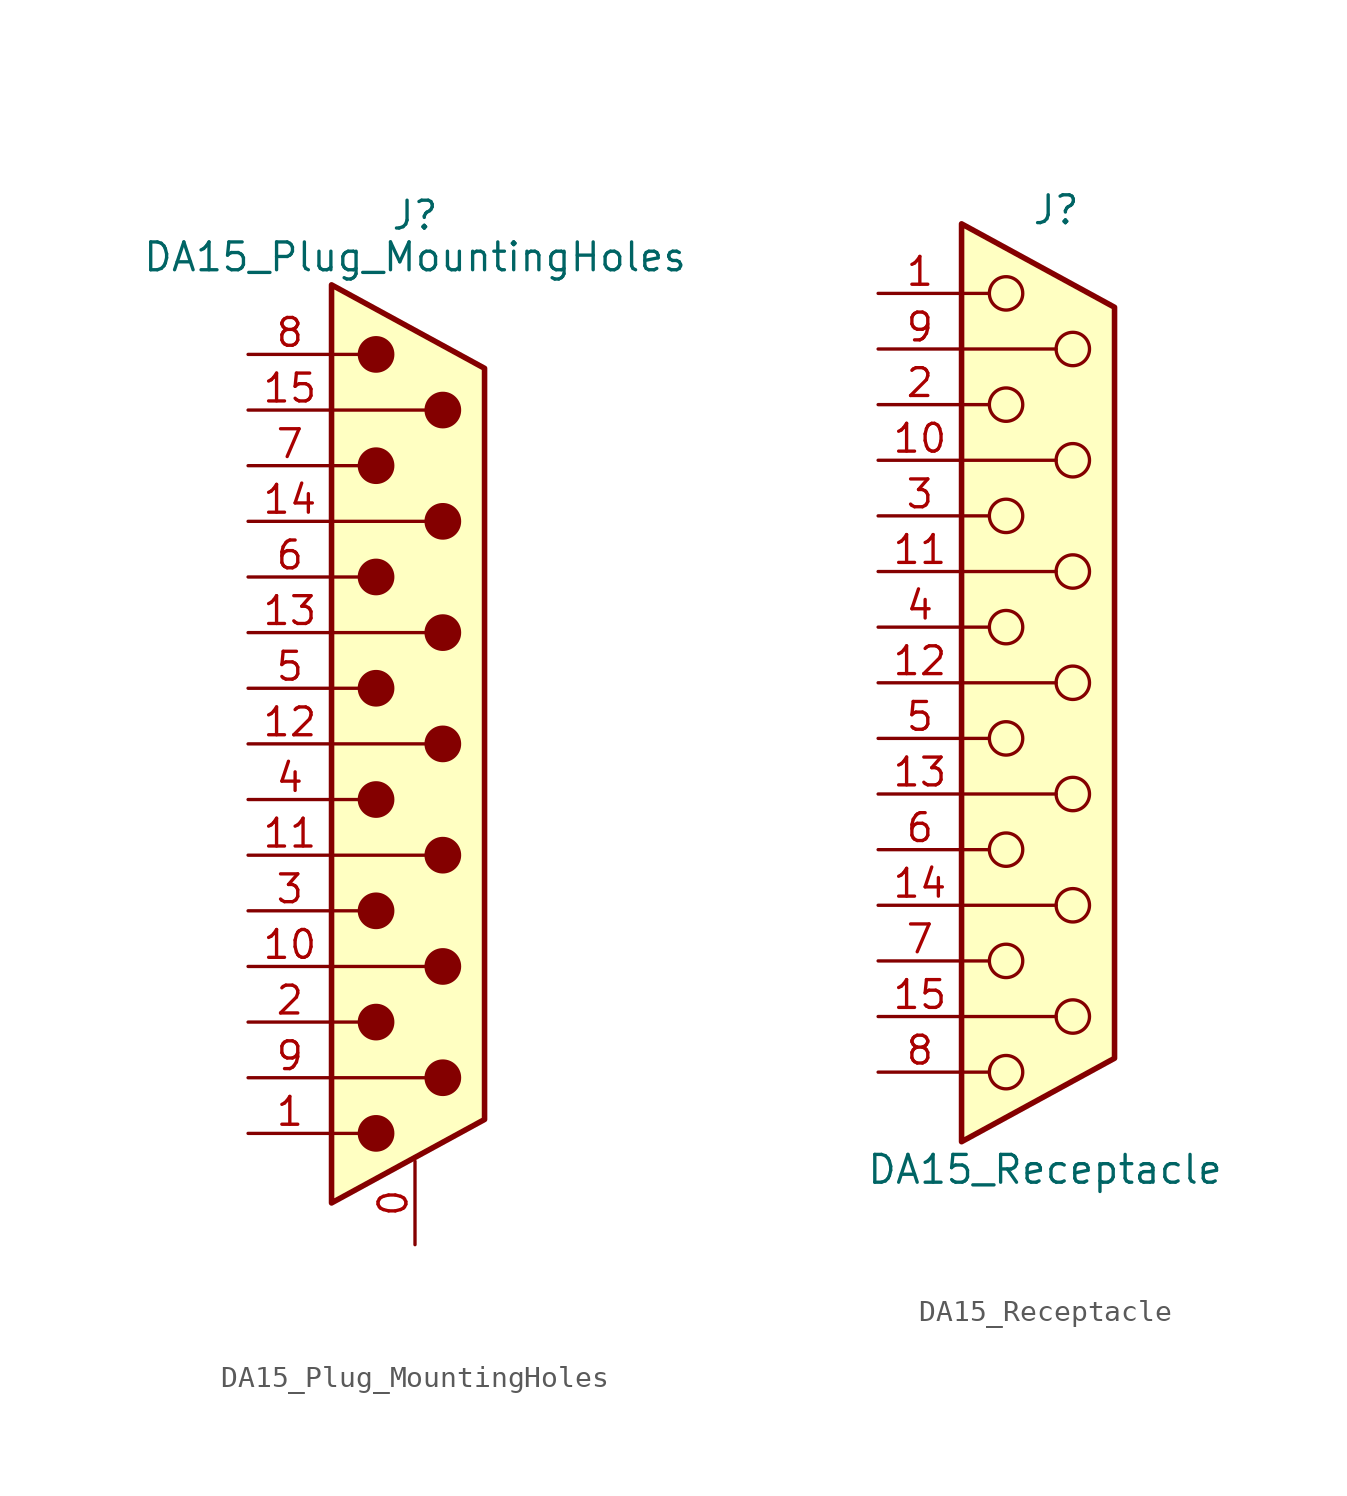
<source format=kicad_sym>
(kicad_symbol_lib
  (version 20220914)
  (generator kicad_symbol_editor)
  (symbol "DA15_Plug_MountingHoles"
    (pin_names
      (offset 1.016) hide)
    (property "Reference" "J"
      (at 0 24.13 0)
      (effects (font (size 1.27 1.27))))
    (property "Value" "DA15_Plug_MountingHoles"
      (at 0 22.225 0)
      (effects (font (size 1.27 1.27))))
    (symbol "DA15_Plug_MountingHoles_0_1"
      (circle (center -1.778 -17.78) (radius 0.762) (stroke (width 0) (type default)) (fill (type outline)))
      (circle (center -1.778 -12.7) (radius 0.762) (stroke (width 0) (type default)) (fill (type outline)))
      (circle (center -1.778 -7.62) (radius 0.762) (stroke (width 0) (type default)) (fill (type outline)))
      (circle (center -1.778 -2.54) (radius 0.762) (stroke (width 0) (type default)) (fill (type outline)))
      (circle (center -1.778 2.54) (radius 0.762) (stroke (width 0) (type default)) (fill (type outline)))
      (circle (center -1.778 7.62) (radius 0.762) (stroke (width 0) (type default)) (fill (type outline)))
      (circle (center -1.778 12.7) (radius 0.762) (stroke (width 0) (type default)) (fill (type outline)))
      (circle (center -1.778 17.78) (radius 0.762) (stroke (width 0) (type default)) (fill (type outline)))
      (polyline (pts (xy -3.81 -17.78) (xy -2.54 -17.78)) (stroke (width 0) (type default)) (fill (type none)))
      (polyline (pts (xy -3.81 -15.24) (xy 0.508 -15.24)) (stroke (width 0) (type default)) (fill (type none)))
      (polyline (pts (xy -3.81 -12.7) (xy -2.54 -12.7)) (stroke (width 0) (type default)) (fill (type none)))
      (polyline (pts (xy -3.81 -10.16) (xy 0.508 -10.16)) (stroke (width 0) (type default)) (fill (type none)))
      (polyline (pts (xy -3.81 -7.62) (xy -2.54 -7.62)) (stroke (width 0) (type default)) (fill (type none)))
      (polyline (pts (xy -3.81 -5.08) (xy 0.508 -5.08)) (stroke (width 0) (type default)) (fill (type none)))
      (polyline (pts (xy -3.81 -2.54) (xy -2.54 -2.54)) (stroke (width 0) (type default)) (fill (type none)))
      (polyline (pts (xy -3.81 0) (xy 0.508 0)) (stroke (width 0) (type default)) (fill (type none)))
      (polyline (pts (xy -3.81 2.54) (xy -2.54 2.54)) (stroke (width 0) (type default)) (fill (type none)))
      (polyline (pts (xy -3.81 5.08) (xy 0.508 5.08)) (stroke (width 0) (type default)) (fill (type none)))
      (polyline (pts (xy -3.81 7.62) (xy -2.54 7.62)) (stroke (width 0) (type default)) (fill (type none)))
      (polyline (pts (xy -3.81 10.16) (xy 0.508 10.16)) (stroke (width 0) (type default)) (fill (type none)))
      (polyline (pts (xy -3.81 12.7) (xy -2.54 12.7)) (stroke (width 0) (type default)) (fill (type none)))
      (polyline (pts (xy -3.81 15.24) (xy 0.508 15.24)) (stroke (width 0) (type default)) (fill (type none)))
      (polyline (pts (xy -3.81 17.78) (xy -2.54 17.78)) (stroke (width 0) (type default)) (fill (type none)))
      (polyline (pts (xy -3.81 -20.955) (xy 3.175 -17.145) (xy 3.175 17.145) (xy -3.81 20.955) (xy -3.81 -20.955)) (stroke (width 0.254) (type default)) (fill (type background)))
      (circle (center 1.27 -15.24) (radius 0.762) (stroke (width 0) (type default)) (fill (type outline)))
      (circle (center 1.27 -10.16) (radius 0.762) (stroke (width 0) (type default)) (fill (type outline)))
      (circle (center 1.27 -5.08) (radius 0.762) (stroke (width 0) (type default)) (fill (type outline)))
      (circle (center 1.27 0) (radius 0.762) (stroke (width 0) (type default)) (fill (type outline)))
      (circle (center 1.27 5.08) (radius 0.762) (stroke (width 0) (type default)) (fill (type outline)))
      (circle (center 1.27 10.16) (radius 0.762) (stroke (width 0) (type default)) (fill (type outline)))
      (circle (center 1.27 15.24) (radius 0.762) (stroke (width 0) (type default)) (fill (type outline))))
    (symbol "DA15_Plug_MountingHoles_1_1"
      (pin passive line (at 0 -22.86 90) (length 3.81) (name "PAD" (effects (font (size 1.27 1.27)))) (number "0" (effects (font (size 1.27 1.27)))))
      (pin passive line (at -7.62 -17.78 0) (length 3.81) (name "1" (effects (font (size 1.27 1.27)))) (number "1" (effects (font (size 1.27 1.27)))))
      (pin passive line (at -7.62 -10.16 0) (length 3.81) (name "P10" (effects (font (size 1.27 1.27)))) (number "10" (effects (font (size 1.27 1.27)))))
      (pin passive line (at -7.62 -5.08 0) (length 3.81) (name "P111" (effects (font (size 1.27 1.27)))) (number "11" (effects (font (size 1.27 1.27)))))
      (pin passive line (at -7.62 0 0) (length 3.81) (name "P12" (effects (font (size 1.27 1.27)))) (number "12" (effects (font (size 1.27 1.27)))))
      (pin passive line (at -7.62 5.08 0) (length 3.81) (name "P13" (effects (font (size 1.27 1.27)))) (number "13" (effects (font (size 1.27 1.27)))))
      (pin passive line (at -7.62 10.16 0) (length 3.81) (name "P14" (effects (font (size 1.27 1.27)))) (number "14" (effects (font (size 1.27 1.27)))))
      (pin passive line (at -7.62 15.24 0) (length 3.81) (name "P15" (effects (font (size 1.27 1.27)))) (number "15" (effects (font (size 1.27 1.27)))))
      (pin passive line (at -7.62 -12.7 0) (length 3.81) (name "2" (effects (font (size 1.27 1.27)))) (number "2" (effects (font (size 1.27 1.27)))))
      (pin passive line (at -7.62 -7.62 0) (length 3.81) (name "3" (effects (font (size 1.27 1.27)))) (number "3" (effects (font (size 1.27 1.27)))))
      (pin passive line (at -7.62 -2.54 0) (length 3.81) (name "4" (effects (font (size 1.27 1.27)))) (number "4" (effects (font (size 1.27 1.27)))))
      (pin passive line (at -7.62 2.54 0) (length 3.81) (name "5" (effects (font (size 1.27 1.27)))) (number "5" (effects (font (size 1.27 1.27)))))
      (pin passive line (at -7.62 7.62 0) (length 3.81) (name "6" (effects (font (size 1.27 1.27)))) (number "6" (effects (font (size 1.27 1.27)))))
      (pin passive line (at -7.62 12.7 0) (length 3.81) (name "7" (effects (font (size 1.27 1.27)))) (number "7" (effects (font (size 1.27 1.27)))))
      (pin passive line (at -7.62 17.78 0) (length 3.81) (name "8" (effects (font (size 1.27 1.27)))) (number "8" (effects (font (size 1.27 1.27)))))
      (pin passive line (at -7.62 -15.24 0) (length 3.81) (name "P9" (effects (font (size 1.27 1.27)))) (number "9" (effects (font (size 1.27 1.27)))))))
  (symbol "DA15_Receptacle"
    (pin_names
      (offset 1.016) hide)
    (property "Reference" "J"
      (at 0.508 21.59 0)
      (effects (font (size 1.27 1.27))))
    (property "Value" "DA15_Receptacle"
      (at 0 -22.225 0)
      (effects (font (size 1.27 1.27))))
    (symbol "DA15_Receptacle_0_1"
      (circle (center -1.778 -17.78) (radius 0.762) (stroke (width 0) (type default)) (fill (type none)))
      (circle (center -1.778 -12.7) (radius 0.762) (stroke (width 0) (type default)) (fill (type none)))
      (circle (center -1.778 -7.62) (radius 0.762) (stroke (width 0) (type default)) (fill (type none)))
      (circle (center -1.778 -2.54) (radius 0.762) (stroke (width 0) (type default)) (fill (type none)))
      (circle (center -1.778 2.54) (radius 0.762) (stroke (width 0) (type default)) (fill (type none)))
      (circle (center -1.778 7.62) (radius 0.762) (stroke (width 0) (type default)) (fill (type none)))
      (circle (center -1.778 12.7) (radius 0.762) (stroke (width 0) (type default)) (fill (type none)))
      (circle (center -1.778 17.78) (radius 0.762) (stroke (width 0) (type default)) (fill (type none)))
      (polyline (pts (xy -3.81 -17.78) (xy -2.54 -17.78)) (stroke (width 0) (type default)) (fill (type none)))
      (polyline (pts (xy -3.81 -15.24) (xy 0.508 -15.24)) (stroke (width 0) (type default)) (fill (type none)))
      (polyline (pts (xy -3.81 -12.7) (xy -2.54 -12.7)) (stroke (width 0) (type default)) (fill (type none)))
      (polyline (pts (xy -3.81 -10.16) (xy 0.508 -10.16)) (stroke (width 0) (type default)) (fill (type none)))
      (polyline (pts (xy -3.81 -7.62) (xy -2.54 -7.62)) (stroke (width 0) (type default)) (fill (type none)))
      (polyline (pts (xy -3.81 -5.08) (xy 0.508 -5.08)) (stroke (width 0) (type default)) (fill (type none)))
      (polyline (pts (xy -3.81 -2.54) (xy -2.54 -2.54)) (stroke (width 0) (type default)) (fill (type none)))
      (polyline (pts (xy -3.81 0) (xy 0.508 0)) (stroke (width 0) (type default)) (fill (type none)))
      (polyline (pts (xy -3.81 2.54) (xy -2.54 2.54)) (stroke (width 0) (type default)) (fill (type none)))
      (polyline (pts (xy -3.81 5.08) (xy 0.508 5.08)) (stroke (width 0) (type default)) (fill (type none)))
      (polyline (pts (xy -3.81 7.62) (xy -2.54 7.62)) (stroke (width 0) (type default)) (fill (type none)))
      (polyline (pts (xy -3.81 10.16) (xy 0.508 10.16)) (stroke (width 0) (type default)) (fill (type none)))
      (polyline (pts (xy -3.81 12.7) (xy -2.54 12.7)) (stroke (width 0) (type default)) (fill (type none)))
      (polyline (pts (xy -3.81 15.24) (xy 0.508 15.24)) (stroke (width 0) (type default)) (fill (type none)))
      (polyline (pts (xy -3.81 17.78) (xy -2.54 17.78)) (stroke (width 0) (type default)) (fill (type none)))
      (polyline (pts (xy -3.81 20.955) (xy 3.175 17.145) (xy 3.175 -17.145) (xy -3.81 -20.955) (xy -3.81 20.955)) (stroke (width 0.254) (type default)) (fill (type background)))
      (circle (center 1.27 -15.24) (radius 0.762) (stroke (width 0) (type default)) (fill (type none)))
      (circle (center 1.27 -10.16) (radius 0.762) (stroke (width 0) (type default)) (fill (type none)))
      (circle (center 1.27 -5.08) (radius 0.762) (stroke (width 0) (type default)) (fill (type none)))
      (circle (center 1.27 0) (radius 0.762) (stroke (width 0) (type default)) (fill (type none)))
      (circle (center 1.27 5.08) (radius 0.762) (stroke (width 0) (type default)) (fill (type none)))
      (circle (center 1.27 10.16) (radius 0.762) (stroke (width 0) (type default)) (fill (type none)))
      (circle (center 1.27 15.24) (radius 0.762) (stroke (width 0) (type default)) (fill (type none))))
    (symbol "DA15_Receptacle_1_1"
      (pin passive line (at -7.62 17.78 0) (length 3.81) (name "1" (effects (font (size 1.27 1.27)))) (number "1" (effects (font (size 1.27 1.27)))))
      (pin passive line (at -7.62 10.16 0) (length 3.81) (name "P10" (effects (font (size 1.27 1.27)))) (number "10" (effects (font (size 1.27 1.27)))))
      (pin passive line (at -7.62 5.08 0) (length 3.81) (name "P111" (effects (font (size 1.27 1.27)))) (number "11" (effects (font (size 1.27 1.27)))))
      (pin passive line (at -7.62 0 0) (length 3.81) (name "P12" (effects (font (size 1.27 1.27)))) (number "12" (effects (font (size 1.27 1.27)))))
      (pin passive line (at -7.62 -5.08 0) (length 3.81) (name "P13" (effects (font (size 1.27 1.27)))) (number "13" (effects (font (size 1.27 1.27)))))
      (pin passive line (at -7.62 -10.16 0) (length 3.81) (name "P14" (effects (font (size 1.27 1.27)))) (number "14" (effects (font (size 1.27 1.27)))))
      (pin passive line (at -7.62 -15.24 0) (length 3.81) (name "P15" (effects (font (size 1.27 1.27)))) (number "15" (effects (font (size 1.27 1.27)))))
      (pin passive line (at -7.62 12.7 0) (length 3.81) (name "2" (effects (font (size 1.27 1.27)))) (number "2" (effects (font (size 1.27 1.27)))))
      (pin passive line (at -7.62 7.62 0) (length 3.81) (name "3" (effects (font (size 1.27 1.27)))) (number "3" (effects (font (size 1.27 1.27)))))
      (pin passive line (at -7.62 2.54 0) (length 3.81) (name "4" (effects (font (size 1.27 1.27)))) (number "4" (effects (font (size 1.27 1.27)))))
      (pin passive line (at -7.62 -2.54 0) (length 3.81) (name "5" (effects (font (size 1.27 1.27)))) (number "5" (effects (font (size 1.27 1.27)))))
      (pin passive line (at -7.62 -7.62 0) (length 3.81) (name "6" (effects (font (size 1.27 1.27)))) (number "6" (effects (font (size 1.27 1.27)))))
      (pin passive line (at -7.62 -12.7 0) (length 3.81) (name "7" (effects (font (size 1.27 1.27)))) (number "7" (effects (font (size 1.27 1.27)))))
      (pin passive line (at -7.62 -17.78 0) (length 3.81) (name "8" (effects (font (size 1.27 1.27)))) (number "8" (effects (font (size 1.27 1.27)))))
      (pin passive line (at -7.62 15.24 0) (length 3.81) (name "P9" (effects (font (size 1.27 1.27)))) (number "9" (effects (font (size 1.27 1.27))))))))
</source>
